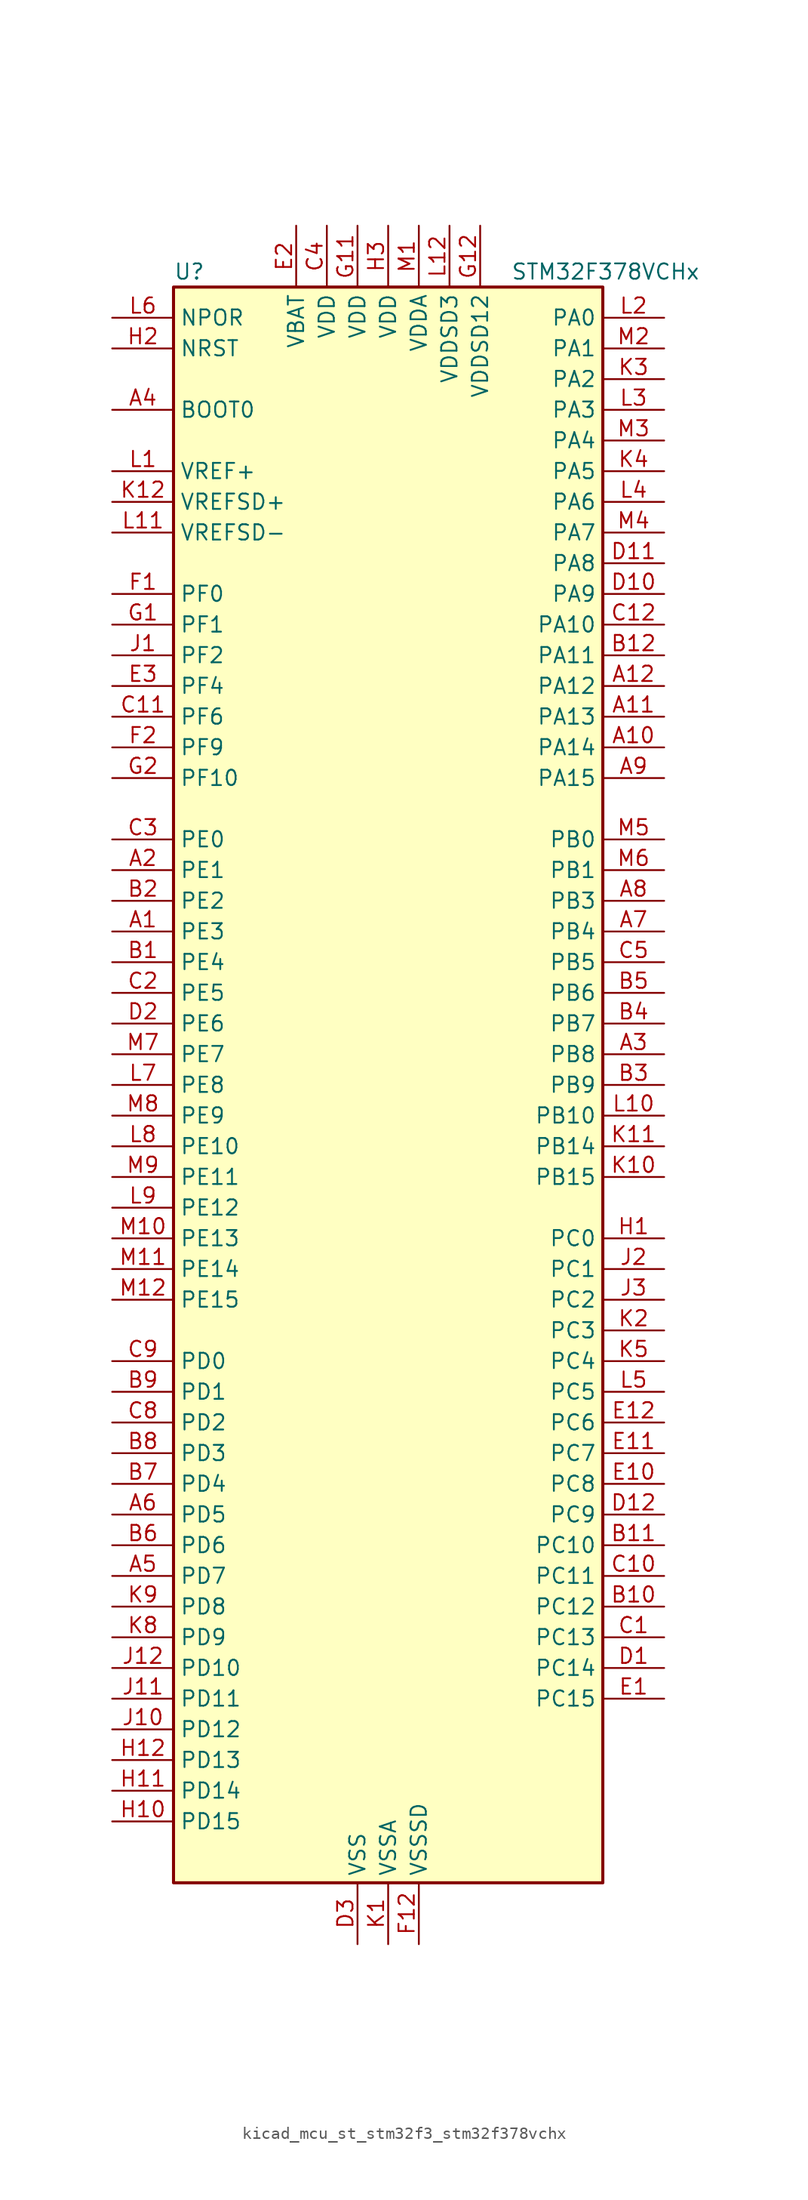
<source format=kicad_sym>
(kicad_symbol_lib
  (version 20220914)
  (generator kicad_symbol_editor)
  (symbol "kicad_mcu_st_stm32f3_stm32f378vchx"
    (property "Reference" "U"
      (at -17.78 67.31 0)
      (effects (font (size 1.27 1.27)) (justify left)))
    (property "Value" "STM32F378VCHx"
      (at 10.16 67.31 0)
      (effects (font (size 1.27 1.27)) (justify left)))
    (property "ki_locked" ""
      (at 0 0 0)
      (effects (font (size 1.27 1.27))))
    (symbol "kicad_mcu_st_stm32f3_stm32f378vchx_0_1"
      (rectangle (start -17.78 -66.04) (end 17.78 66.04) (stroke (width 0.254) (type default)) (fill (type background))))
    (symbol "kicad_mcu_st_stm32f3_stm32f378vchx_1_1"
      (pin bidirectional line (at -22.86 12.7 0) (length 5.08) (name "PE3" (effects (font (size 1.27 1.27)))) (number "A1" (effects (font (size 1.27 1.27)))) (alternate "SYS_TRACED0" bidirectional line) (alternate "TSC_G7_IO2" bidirectional line))
      (pin bidirectional line (at 22.86 27.94 180) (length 5.08) (name "PA14" (effects (font (size 1.27 1.27)))) (number "A10" (effects (font (size 1.27 1.27)))) (alternate "I2C1_SDA" bidirectional line) (alternate "SYS_JTCK-SWCLK" bidirectional line) (alternate "TIM12_CH1" bidirectional line) (alternate "TSC_G4_IO4" bidirectional line))
      (pin bidirectional line (at 22.86 30.48 180) (length 5.08) (name "PA13" (effects (font (size 1.27 1.27)))) (number "A11" (effects (font (size 1.27 1.27)))) (alternate "I2S1_MCK" bidirectional line) (alternate "IR_OUT" bidirectional line) (alternate "SPI1_MISO" bidirectional line) (alternate "SYS_JTMS-SWDIO" bidirectional line) (alternate "TIM16_CH1N" bidirectional line) (alternate "TIM4_CH3" bidirectional line) (alternate "TIM5_CH4" bidirectional line) (alternate "TSC_G4_IO3" bidirectional line) (alternate "USART3_CTS" bidirectional line))
      (pin bidirectional line (at 22.86 33.02 180) (length 5.08) (name "PA12" (effects (font (size 1.27 1.27)))) (number "A12" (effects (font (size 1.27 1.27)))) (alternate "CAN_TX" bidirectional line) (alternate "COMP2_OUT" bidirectional line) (alternate "I2S1_CK" bidirectional line) (alternate "SPI1_SCK" bidirectional line) (alternate "TIM16_CH1" bidirectional line) (alternate "TIM4_CH2" bidirectional line) (alternate "TIM5_CH3" bidirectional line) (alternate "USART1_DE" bidirectional line) (alternate "USART1_RTS" bidirectional line))
      (pin bidirectional line (at -22.86 17.78 0) (length 5.08) (name "PE1" (effects (font (size 1.27 1.27)))) (number "A2" (effects (font (size 1.27 1.27)))) (alternate "USART1_RX" bidirectional line))
      (pin bidirectional line (at 22.86 2.54 180) (length 5.08) (name "PB8" (effects (font (size 1.27 1.27)))) (number "A3" (effects (font (size 1.27 1.27)))) (alternate "CAN_RX" bidirectional line) (alternate "CEC" bidirectional line) (alternate "COMP1_OUT" bidirectional line) (alternate "I2C1_SCL" bidirectional line) (alternate "I2S2_CK" bidirectional line) (alternate "SPI2_SCK" bidirectional line) (alternate "TIM16_CH1" bidirectional line) (alternate "TIM19_CH3" bidirectional line) (alternate "TIM4_CH3" bidirectional line) (alternate "TSC_SYNC" bidirectional line) (alternate "USART3_TX" bidirectional line))
      (pin input line (at -22.86 55.88 0) (length 5.08) (name "BOOT0" (effects (font (size 1.27 1.27)))) (number "A4" (effects (font (size 1.27 1.27)))))
      (pin bidirectional line (at -22.86 -40.64 0) (length 5.08) (name "PD7" (effects (font (size 1.27 1.27)))) (number "A5" (effects (font (size 1.27 1.27)))) (alternate "I2S2_CK" bidirectional line) (alternate "SPI2_SCK" bidirectional line) (alternate "USART2_CK" bidirectional line))
      (pin bidirectional line (at -22.86 -35.56 0) (length 5.08) (name "PD5" (effects (font (size 1.27 1.27)))) (number "A6" (effects (font (size 1.27 1.27)))) (alternate "USART2_TX" bidirectional line))
      (pin bidirectional line (at 22.86 12.7 180) (length 5.08) (name "PB4" (effects (font (size 1.27 1.27)))) (number "A7" (effects (font (size 1.27 1.27)))) (alternate "I2S1_MCK" bidirectional line) (alternate "I2S3_MCK" bidirectional line) (alternate "SPI1_MISO" bidirectional line) (alternate "SPI3_MISO" bidirectional line) (alternate "SYS_NJTRST" bidirectional line) (alternate "TIM15_CH1N" bidirectional line) (alternate "TIM16_CH1" bidirectional line) (alternate "TIM17_BKIN" bidirectional line) (alternate "TIM3_CH1" bidirectional line) (alternate "TSC_G5_IO2" bidirectional line) (alternate "USART2_RX" bidirectional line))
      (pin bidirectional line (at 22.86 15.24 180) (length 5.08) (name "PB3" (effects (font (size 1.27 1.27)))) (number "A8" (effects (font (size 1.27 1.27)))) (alternate "I2S1_CK" bidirectional line) (alternate "I2S3_CK" bidirectional line) (alternate "SPI1_SCK" bidirectional line) (alternate "SPI3_SCK" bidirectional line) (alternate "SYS_JTDO-TRACESWO" bidirectional line) (alternate "TIM13_CH1" bidirectional line) (alternate "TIM2_CH2" bidirectional line) (alternate "TIM3_ETR" bidirectional line) (alternate "TIM4_ETR" bidirectional line) (alternate "TSC_G5_IO1" bidirectional line) (alternate "USART2_TX" bidirectional line))
      (pin bidirectional line (at 22.86 25.4 180) (length 5.08) (name "PA15" (effects (font (size 1.27 1.27)))) (number "A9" (effects (font (size 1.27 1.27)))) (alternate "ADC1_EXTI15" bidirectional line) (alternate "I2C1_SCL" bidirectional line) (alternate "I2S1_WS" bidirectional line) (alternate "I2S3_WS" bidirectional line) (alternate "SDADC1_EXTI15" bidirectional line) (alternate "SDADC2_EXTI15" bidirectional line) (alternate "SDADC3_EXTI15" bidirectional line) (alternate "SPI1_NSS" bidirectional line) (alternate "SPI3_NSS" bidirectional line) (alternate "SYS_JTDI" bidirectional line) (alternate "TIM12_CH2" bidirectional line) (alternate "TIM2_CH1" bidirectional line) (alternate "TIM2_ETR" bidirectional line) (alternate "TSC_SYNC" bidirectional line))
      (pin bidirectional line (at -22.86 10.16 0) (length 5.08) (name "PE4" (effects (font (size 1.27 1.27)))) (number "B1" (effects (font (size 1.27 1.27)))) (alternate "SYS_TRACED1" bidirectional line) (alternate "TSC_G7_IO3" bidirectional line))
      (pin bidirectional line (at 22.86 -43.18 180) (length 5.08) (name "PC12" (effects (font (size 1.27 1.27)))) (number "B10" (effects (font (size 1.27 1.27)))) (alternate "I2S3_SD" bidirectional line) (alternate "SPI3_MOSI" bidirectional line) (alternate "TIM19_CH3" bidirectional line) (alternate "USART3_CK" bidirectional line))
      (pin bidirectional line (at 22.86 -38.1 180) (length 5.08) (name "PC10" (effects (font (size 1.27 1.27)))) (number "B11" (effects (font (size 1.27 1.27)))) (alternate "I2S3_CK" bidirectional line) (alternate "SPI3_SCK" bidirectional line) (alternate "TIM19_CH1" bidirectional line) (alternate "USART3_TX" bidirectional line))
      (pin bidirectional line (at 22.86 35.56 180) (length 5.08) (name "PA11" (effects (font (size 1.27 1.27)))) (number "B12" (effects (font (size 1.27 1.27)))) (alternate "ADC1_EXTI11" bidirectional line) (alternate "CAN_RX" bidirectional line) (alternate "COMP1_OUT" bidirectional line) (alternate "I2S1_WS" bidirectional line) (alternate "I2S2_WS" bidirectional line) (alternate "SDADC1_EXTI11" bidirectional line) (alternate "SDADC2_EXTI11" bidirectional line) (alternate "SDADC3_EXTI11" bidirectional line) (alternate "SPI1_NSS" bidirectional line) (alternate "SPI2_NSS" bidirectional line) (alternate "TIM4_CH1" bidirectional line) (alternate "TIM5_CH2" bidirectional line) (alternate "USART1_CTS" bidirectional line))
      (pin bidirectional line (at -22.86 15.24 0) (length 5.08) (name "PE2" (effects (font (size 1.27 1.27)))) (number "B2" (effects (font (size 1.27 1.27)))) (alternate "SYS_TRACECK" bidirectional line) (alternate "TSC_G7_IO1" bidirectional line))
      (pin bidirectional line (at 22.86 0 180) (length 5.08) (name "PB9" (effects (font (size 1.27 1.27)))) (number "B3" (effects (font (size 1.27 1.27)))) (alternate "CAN_TX" bidirectional line) (alternate "COMP2_OUT" bidirectional line) (alternate "DAC1_EXTI9" bidirectional line) (alternate "DAC2_EXTI9" bidirectional line) (alternate "I2C1_SDA" bidirectional line) (alternate "I2S2_WS" bidirectional line) (alternate "IR_OUT" bidirectional line) (alternate "SPI2_NSS" bidirectional line) (alternate "TIM17_CH1" bidirectional line) (alternate "TIM19_CH4" bidirectional line) (alternate "TIM4_CH4" bidirectional line) (alternate "USART3_RX" bidirectional line))
      (pin bidirectional line (at 22.86 5.08 180) (length 5.08) (name "PB7" (effects (font (size 1.27 1.27)))) (number "B4" (effects (font (size 1.27 1.27)))) (alternate "I2C1_SDA" bidirectional line) (alternate "TIM15_CH2" bidirectional line) (alternate "TIM17_CH1N" bidirectional line) (alternate "TIM19_CH2" bidirectional line) (alternate "TIM3_CH4" bidirectional line) (alternate "TIM4_CH2" bidirectional line) (alternate "TSC_G5_IO4" bidirectional line) (alternate "USART1_RX" bidirectional line))
      (pin bidirectional line (at 22.86 7.62 180) (length 5.08) (name "PB6" (effects (font (size 1.27 1.27)))) (number "B5" (effects (font (size 1.27 1.27)))) (alternate "I2C1_SCL" bidirectional line) (alternate "TIM15_CH1" bidirectional line) (alternate "TIM16_CH1N" bidirectional line) (alternate "TIM19_CH1" bidirectional line) (alternate "TIM3_CH3" bidirectional line) (alternate "TIM4_CH1" bidirectional line) (alternate "TSC_G5_IO3" bidirectional line) (alternate "USART1_TX" bidirectional line))
      (pin bidirectional line (at -22.86 -38.1 0) (length 5.08) (name "PD6" (effects (font (size 1.27 1.27)))) (number "B6" (effects (font (size 1.27 1.27)))) (alternate "I2S2_WS" bidirectional line) (alternate "SPI2_NSS" bidirectional line) (alternate "USART2_RX" bidirectional line))
      (pin bidirectional line (at -22.86 -33.02 0) (length 5.08) (name "PD4" (effects (font (size 1.27 1.27)))) (number "B7" (effects (font (size 1.27 1.27)))) (alternate "I2S2_SD" bidirectional line) (alternate "SPI2_MOSI" bidirectional line) (alternate "USART2_DE" bidirectional line) (alternate "USART2_RTS" bidirectional line))
      (pin bidirectional line (at -22.86 -30.48 0) (length 5.08) (name "PD3" (effects (font (size 1.27 1.27)))) (number "B8" (effects (font (size 1.27 1.27)))) (alternate "I2S2_MCK" bidirectional line) (alternate "SPI2_MISO" bidirectional line) (alternate "USART2_CTS" bidirectional line))
      (pin bidirectional line (at -22.86 -25.4 0) (length 5.08) (name "PD1" (effects (font (size 1.27 1.27)))) (number "B9" (effects (font (size 1.27 1.27)))) (alternate "CAN_TX" bidirectional line) (alternate "TIM19_ETR" bidirectional line))
      (pin bidirectional line (at 22.86 -45.72 180) (length 5.08) (name "PC13" (effects (font (size 1.27 1.27)))) (number "C1" (effects (font (size 1.27 1.27)))) (alternate "RTC_OUT_ALARM" bidirectional line) (alternate "RTC_OUT_CALIB" bidirectional line) (alternate "RTC_TAMP1" bidirectional line) (alternate "RTC_TS" bidirectional line) (alternate "SYS_WKUP2" bidirectional line))
      (pin bidirectional line (at 22.86 -40.64 180) (length 5.08) (name "PC11" (effects (font (size 1.27 1.27)))) (number "C10" (effects (font (size 1.27 1.27)))) (alternate "ADC1_EXTI11" bidirectional line) (alternate "I2S3_MCK" bidirectional line) (alternate "SDADC1_EXTI11" bidirectional line) (alternate "SDADC2_EXTI11" bidirectional line) (alternate "SDADC3_EXTI11" bidirectional line) (alternate "SPI3_MISO" bidirectional line) (alternate "TIM19_CH2" bidirectional line) (alternate "USART3_RX" bidirectional line))
      (pin bidirectional line (at -22.86 30.48 0) (length 5.08) (name "PF6" (effects (font (size 1.27 1.27)))) (number "C11" (effects (font (size 1.27 1.27)))) (alternate "I2C2_SCL" bidirectional line) (alternate "I2S1_SD" bidirectional line) (alternate "SPI1_MOSI" bidirectional line) (alternate "TIM4_CH4" bidirectional line) (alternate "USART3_DE" bidirectional line) (alternate "USART3_RTS" bidirectional line))
      (pin bidirectional line (at 22.86 38.1 180) (length 5.08) (name "PA10" (effects (font (size 1.27 1.27)))) (number "C12" (effects (font (size 1.27 1.27)))) (alternate "I2C2_SDA" bidirectional line) (alternate "I2S2_SD" bidirectional line) (alternate "SPI2_MOSI" bidirectional line) (alternate "TIM14_CH1" bidirectional line) (alternate "TIM17_BKIN" bidirectional line) (alternate "TIM2_CH4" bidirectional line) (alternate "TSC_G4_IO2" bidirectional line) (alternate "USART1_RX" bidirectional line))
      (pin bidirectional line (at -22.86 7.62 0) (length 5.08) (name "PE5" (effects (font (size 1.27 1.27)))) (number "C2" (effects (font (size 1.27 1.27)))) (alternate "SYS_TRACED2" bidirectional line) (alternate "TSC_G7_IO4" bidirectional line))
      (pin bidirectional line (at -22.86 20.32 0) (length 5.08) (name "PE0" (effects (font (size 1.27 1.27)))) (number "C3" (effects (font (size 1.27 1.27)))) (alternate "TIM4_ETR" bidirectional line) (alternate "USART1_TX" bidirectional line))
      (pin power_in line (at -5.08 71.12 270) (length 5.08) (name "VDD" (effects (font (size 1.27 1.27)))) (number "C4" (effects (font (size 1.27 1.27)))))
      (pin bidirectional line (at 22.86 10.16 180) (length 5.08) (name "PB5" (effects (font (size 1.27 1.27)))) (number "C5" (effects (font (size 1.27 1.27)))) (alternate "I2C1_SMBA" bidirectional line) (alternate "I2S1_SD" bidirectional line) (alternate "I2S3_SD" bidirectional line) (alternate "SPI1_MOSI" bidirectional line) (alternate "SPI3_MOSI" bidirectional line) (alternate "TIM16_BKIN" bidirectional line) (alternate "TIM17_CH1" bidirectional line) (alternate "TIM19_ETR" bidirectional line) (alternate "TIM3_CH2" bidirectional line) (alternate "USART2_CK" bidirectional line))
      (pin bidirectional line (at -22.86 -27.94 0) (length 5.08) (name "PD2" (effects (font (size 1.27 1.27)))) (number "C8" (effects (font (size 1.27 1.27)))) (alternate "TIM3_ETR" bidirectional line))
      (pin bidirectional line (at -22.86 -22.86 0) (length 5.08) (name "PD0" (effects (font (size 1.27 1.27)))) (number "C9" (effects (font (size 1.27 1.27)))) (alternate "CAN_RX" bidirectional line) (alternate "TIM19_CH4" bidirectional line))
      (pin bidirectional line (at 22.86 -48.26 180) (length 5.08) (name "PC14" (effects (font (size 1.27 1.27)))) (number "D1" (effects (font (size 1.27 1.27)))) (alternate "RCC_OSC32_IN" bidirectional line))
      (pin bidirectional line (at 22.86 40.64 180) (length 5.08) (name "PA9" (effects (font (size 1.27 1.27)))) (number "D10" (effects (font (size 1.27 1.27)))) (alternate "DAC1_EXTI9" bidirectional line) (alternate "DAC2_EXTI9" bidirectional line) (alternate "I2C2_SCL" bidirectional line) (alternate "I2S2_MCK" bidirectional line) (alternate "SPI2_MISO" bidirectional line) (alternate "TIM13_CH1" bidirectional line) (alternate "TIM15_BKIN" bidirectional line) (alternate "TIM2_CH3" bidirectional line) (alternate "TSC_G4_IO1" bidirectional line) (alternate "USART1_TX" bidirectional line))
      (pin bidirectional line (at 22.86 43.18 180) (length 5.08) (name "PA8" (effects (font (size 1.27 1.27)))) (number "D11" (effects (font (size 1.27 1.27)))) (alternate "I2C2_SMBA" bidirectional line) (alternate "I2S2_CK" bidirectional line) (alternate "RCC_MCO" bidirectional line) (alternate "SPI2_SCK" bidirectional line) (alternate "TIM4_ETR" bidirectional line) (alternate "TIM5_CH1" bidirectional line) (alternate "TIM5_ETR" bidirectional line) (alternate "USART1_CK" bidirectional line))
      (pin bidirectional line (at 22.86 -35.56 180) (length 5.08) (name "PC9" (effects (font (size 1.27 1.27)))) (number "D12" (effects (font (size 1.27 1.27)))) (alternate "DAC1_EXTI9" bidirectional line) (alternate "DAC2_EXTI9" bidirectional line) (alternate "I2S1_SD" bidirectional line) (alternate "SPI1_MOSI" bidirectional line) (alternate "TIM3_CH4" bidirectional line))
      (pin bidirectional line (at -22.86 5.08 0) (length 5.08) (name "PE6" (effects (font (size 1.27 1.27)))) (number "D2" (effects (font (size 1.27 1.27)))) (alternate "RTC_TAMP3" bidirectional line) (alternate "SYS_TRACED3" bidirectional line) (alternate "SYS_WKUP3" bidirectional line))
      (pin power_in line (at -2.54 -71.12 90) (length 5.08) (name "VSS" (effects (font (size 1.27 1.27)))) (number "D3" (effects (font (size 1.27 1.27)))))
      (pin bidirectional line (at 22.86 -50.8 180) (length 5.08) (name "PC15" (effects (font (size 1.27 1.27)))) (number "E1" (effects (font (size 1.27 1.27)))) (alternate "ADC1_EXTI15" bidirectional line) (alternate "RCC_OSC32_OUT" bidirectional line) (alternate "SDADC1_EXTI15" bidirectional line) (alternate "SDADC2_EXTI15" bidirectional line) (alternate "SDADC3_EXTI15" bidirectional line))
      (pin bidirectional line (at 22.86 -33.02 180) (length 5.08) (name "PC8" (effects (font (size 1.27 1.27)))) (number "E10" (effects (font (size 1.27 1.27)))) (alternate "I2S1_MCK" bidirectional line) (alternate "SPI1_MISO" bidirectional line) (alternate "TIM3_CH3" bidirectional line))
      (pin bidirectional line (at 22.86 -30.48 180) (length 5.08) (name "PC7" (effects (font (size 1.27 1.27)))) (number "E11" (effects (font (size 1.27 1.27)))) (alternate "I2S1_CK" bidirectional line) (alternate "SPI1_SCK" bidirectional line) (alternate "TIM3_CH2" bidirectional line))
      (pin bidirectional line (at 22.86 -27.94 180) (length 5.08) (name "PC6" (effects (font (size 1.27 1.27)))) (number "E12" (effects (font (size 1.27 1.27)))) (alternate "I2S1_WS" bidirectional line) (alternate "SPI1_NSS" bidirectional line) (alternate "TIM3_CH1" bidirectional line))
      (pin power_in line (at -7.62 71.12 270) (length 5.08) (name "VBAT" (effects (font (size 1.27 1.27)))) (number "E2" (effects (font (size 1.27 1.27)))))
      (pin bidirectional line (at -22.86 33.02 0) (length 5.08) (name "PF4" (effects (font (size 1.27 1.27)))) (number "E3" (effects (font (size 1.27 1.27)))))
      (pin bidirectional line (at -22.86 40.64 0) (length 5.08) (name "PF0" (effects (font (size 1.27 1.27)))) (number "F1" (effects (font (size 1.27 1.27)))) (alternate "I2C2_SDA" bidirectional line) (alternate "RCC_OSC_IN" bidirectional line))
      (pin passive line (at -2.54 -71.12 90) (length 5.08) hide (name "VSS" (effects (font (size 1.27 1.27)))) (number "F11" (effects (font (size 1.27 1.27)))))
      (pin power_in line (at 2.54 -71.12 90) (length 5.08) (name "VSSSD" (effects (font (size 1.27 1.27)))) (number "F12" (effects (font (size 1.27 1.27)))))
      (pin bidirectional line (at -22.86 27.94 0) (length 5.08) (name "PF9" (effects (font (size 1.27 1.27)))) (number "F2" (effects (font (size 1.27 1.27)))) (alternate "DAC1_EXTI9" bidirectional line) (alternate "DAC2_EXTI9" bidirectional line) (alternate "TIM14_CH1" bidirectional line))
      (pin bidirectional line (at -22.86 38.1 0) (length 5.08) (name "PF1" (effects (font (size 1.27 1.27)))) (number "G1" (effects (font (size 1.27 1.27)))) (alternate "I2C2_SCL" bidirectional line) (alternate "RCC_OSC_OUT" bidirectional line))
      (pin power_in line (at -2.54 71.12 270) (length 5.08) (name "VDD" (effects (font (size 1.27 1.27)))) (number "G11" (effects (font (size 1.27 1.27)))))
      (pin power_in line (at 7.62 71.12 270) (length 5.08) (name "VDDSD12" (effects (font (size 1.27 1.27)))) (number "G12" (effects (font (size 1.27 1.27)))))
      (pin bidirectional line (at -22.86 25.4 0) (length 5.08) (name "PF10" (effects (font (size 1.27 1.27)))) (number "G2" (effects (font (size 1.27 1.27)))))
      (pin bidirectional line (at 22.86 -12.7 180) (length 5.08) (name "PC0" (effects (font (size 1.27 1.27)))) (number "H1" (effects (font (size 1.27 1.27)))) (alternate "ADC1_IN10" bidirectional line) (alternate "TIM5_CH1" bidirectional line) (alternate "TIM5_ETR" bidirectional line))
      (pin bidirectional line (at -22.86 -60.96 0) (length 5.08) (name "PD15" (effects (font (size 1.27 1.27)))) (number "H10" (effects (font (size 1.27 1.27)))) (alternate "ADC1_EXTI15" bidirectional line) (alternate "SDADC1_EXTI15" bidirectional line) (alternate "SDADC2_EXTI15" bidirectional line) (alternate "SDADC3_AIN0M" bidirectional line) (alternate "SDADC3_EXTI15" bidirectional line) (alternate "TIM4_CH4" bidirectional line) (alternate "TSC_G8_IO4" bidirectional line))
      (pin bidirectional line (at -22.86 -58.42 0) (length 5.08) (name "PD14" (effects (font (size 1.27 1.27)))) (number "H11" (effects (font (size 1.27 1.27)))) (alternate "SDADC3_AIN0P" bidirectional line) (alternate "TIM4_CH3" bidirectional line) (alternate "TSC_G8_IO3" bidirectional line))
      (pin bidirectional line (at -22.86 -55.88 0) (length 5.08) (name "PD13" (effects (font (size 1.27 1.27)))) (number "H12" (effects (font (size 1.27 1.27)))) (alternate "SDADC3_AIN1P" bidirectional line) (alternate "SDADC3_AIN2M" bidirectional line) (alternate "TIM4_CH2" bidirectional line) (alternate "TSC_G8_IO2" bidirectional line))
      (pin input line (at -22.86 60.96 0) (length 5.08) (name "NRST" (effects (font (size 1.27 1.27)))) (number "H2" (effects (font (size 1.27 1.27)))))
      (pin power_in line (at 0 71.12 270) (length 5.08) (name "VDD" (effects (font (size 1.27 1.27)))) (number "H3" (effects (font (size 1.27 1.27)))))
      (pin bidirectional line (at -22.86 35.56 0) (length 5.08) (name "PF2" (effects (font (size 1.27 1.27)))) (number "J1" (effects (font (size 1.27 1.27)))) (alternate "I2C2_SMBA" bidirectional line))
      (pin bidirectional line (at -22.86 -53.34 0) (length 5.08) (name "PD12" (effects (font (size 1.27 1.27)))) (number "J10" (effects (font (size 1.27 1.27)))) (alternate "SDADC3_AIN2P" bidirectional line) (alternate "TIM4_CH1" bidirectional line) (alternate "TSC_G8_IO1" bidirectional line) (alternate "USART3_DE" bidirectional line) (alternate "USART3_RTS" bidirectional line))
      (pin bidirectional line (at -22.86 -50.8 0) (length 5.08) (name "PD11" (effects (font (size 1.27 1.27)))) (number "J11" (effects (font (size 1.27 1.27)))) (alternate "ADC1_EXTI11" bidirectional line) (alternate "SDADC1_EXTI11" bidirectional line) (alternate "SDADC2_EXTI11" bidirectional line) (alternate "SDADC3_AIN3P" bidirectional line) (alternate "SDADC3_AIN4M" bidirectional line) (alternate "SDADC3_EXTI11" bidirectional line) (alternate "USART3_CTS" bidirectional line))
      (pin bidirectional line (at -22.86 -48.26 0) (length 5.08) (name "PD10" (effects (font (size 1.27 1.27)))) (number "J12" (effects (font (size 1.27 1.27)))) (alternate "SDADC3_AIN4P" bidirectional line) (alternate "USART3_CK" bidirectional line))
      (pin bidirectional line (at 22.86 -15.24 180) (length 5.08) (name "PC1" (effects (font (size 1.27 1.27)))) (number "J2" (effects (font (size 1.27 1.27)))) (alternate "ADC1_IN11" bidirectional line) (alternate "TIM5_CH2" bidirectional line))
      (pin bidirectional line (at 22.86 -17.78 180) (length 5.08) (name "PC2" (effects (font (size 1.27 1.27)))) (number "J3" (effects (font (size 1.27 1.27)))) (alternate "ADC1_IN12" bidirectional line) (alternate "I2S2_MCK" bidirectional line) (alternate "SPI2_MISO" bidirectional line) (alternate "TIM5_CH3" bidirectional line))
      (pin power_in line (at 0 -71.12 90) (length 5.08) (name "VSSA" (effects (font (size 1.27 1.27)))) (number "K1" (effects (font (size 1.27 1.27)))))
      (pin bidirectional line (at 22.86 -7.62 180) (length 5.08) (name "PB15" (effects (font (size 1.27 1.27)))) (number "K10" (effects (font (size 1.27 1.27)))) (alternate "ADC1_EXTI15" bidirectional line) (alternate "I2S2_SD" bidirectional line) (alternate "RTC_REFIN" bidirectional line) (alternate "SDADC1_EXTI15" bidirectional line) (alternate "SDADC2_EXTI15" bidirectional line) (alternate "SDADC3_AIN7P" bidirectional line) (alternate "SDADC3_AIN8M" bidirectional line) (alternate "SDADC3_EXTI15" bidirectional line) (alternate "SPI2_MOSI" bidirectional line) (alternate "TIM12_CH2" bidirectional line) (alternate "TIM15_CH1N" bidirectional line) (alternate "TIM15_CH2" bidirectional line) (alternate "TSC_G6_IO2" bidirectional line))
      (pin bidirectional line (at 22.86 -5.08 180) (length 5.08) (name "PB14" (effects (font (size 1.27 1.27)))) (number "K11" (effects (font (size 1.27 1.27)))) (alternate "I2S2_MCK" bidirectional line) (alternate "SDADC3_AIN8P" bidirectional line) (alternate "SPI2_MISO" bidirectional line) (alternate "TIM12_CH1" bidirectional line) (alternate "TIM15_CH1" bidirectional line) (alternate "TSC_G6_IO1" bidirectional line) (alternate "USART3_DE" bidirectional line) (alternate "USART3_RTS" bidirectional line))
      (pin input line (at -22.86 48.26 0) (length 5.08) (name "VREFSD+" (effects (font (size 1.27 1.27)))) (number "K12" (effects (font (size 1.27 1.27)))))
      (pin bidirectional line (at 22.86 -20.32 180) (length 5.08) (name "PC3" (effects (font (size 1.27 1.27)))) (number "K2" (effects (font (size 1.27 1.27)))) (alternate "ADC1_IN13" bidirectional line) (alternate "I2S2_SD" bidirectional line) (alternate "SPI2_MOSI" bidirectional line) (alternate "TIM5_CH4" bidirectional line))
      (pin bidirectional line (at 22.86 58.42 180) (length 5.08) (name "PA2" (effects (font (size 1.27 1.27)))) (number "K3" (effects (font (size 1.27 1.27)))) (alternate "ADC1_IN2" bidirectional line) (alternate "COMP2_INM" bidirectional line) (alternate "COMP2_OUT" bidirectional line) (alternate "I2S3_MCK" bidirectional line) (alternate "SPI3_MISO" bidirectional line) (alternate "TIM15_CH1" bidirectional line) (alternate "TIM19_CH3" bidirectional line) (alternate "TIM2_CH3" bidirectional line) (alternate "TIM5_CH3" bidirectional line) (alternate "TSC_G1_IO3" bidirectional line) (alternate "USART2_TX" bidirectional line))
      (pin bidirectional line (at 22.86 50.8 180) (length 5.08) (name "PA5" (effects (font (size 1.27 1.27)))) (number "K4" (effects (font (size 1.27 1.27)))) (alternate "ADC1_IN5" bidirectional line) (alternate "CEC" bidirectional line) (alternate "DAC1_OUT2" bidirectional line) (alternate "I2S1_CK" bidirectional line) (alternate "SPI1_SCK" bidirectional line) (alternate "TIM12_CH2" bidirectional line) (alternate "TIM14_CH1" bidirectional line) (alternate "TIM2_CH1" bidirectional line) (alternate "TIM2_ETR" bidirectional line) (alternate "TSC_G2_IO2" bidirectional line))
      (pin bidirectional line (at 22.86 -22.86 180) (length 5.08) (name "PC4" (effects (font (size 1.27 1.27)))) (number "K5" (effects (font (size 1.27 1.27)))) (alternate "ADC1_IN14" bidirectional line) (alternate "TIM13_CH1" bidirectional line) (alternate "TSC_G3_IO1" bidirectional line) (alternate "USART1_TX" bidirectional line))
      (pin bidirectional line (at -22.86 -45.72 0) (length 5.08) (name "PD9" (effects (font (size 1.27 1.27)))) (number "K8" (effects (font (size 1.27 1.27)))) (alternate "DAC1_EXTI9" bidirectional line) (alternate "DAC2_EXTI9" bidirectional line) (alternate "SDADC3_AIN5P" bidirectional line) (alternate "SDADC3_AIN6M" bidirectional line) (alternate "TSC_G6_IO4" bidirectional line) (alternate "USART3_RX" bidirectional line))
      (pin bidirectional line (at -22.86 -43.18 0) (length 5.08) (name "PD8" (effects (font (size 1.27 1.27)))) (number "K9" (effects (font (size 1.27 1.27)))) (alternate "I2S2_CK" bidirectional line) (alternate "SDADC3_AIN6P" bidirectional line) (alternate "SPI2_SCK" bidirectional line) (alternate "TSC_G6_IO3" bidirectional line) (alternate "USART3_TX" bidirectional line))
      (pin input line (at -22.86 50.8 0) (length 5.08) (name "VREF+" (effects (font (size 1.27 1.27)))) (number "L1" (effects (font (size 1.27 1.27)))))
      (pin bidirectional line (at 22.86 -2.54 180) (length 5.08) (name "PB10" (effects (font (size 1.27 1.27)))) (number "L10" (effects (font (size 1.27 1.27)))) (alternate "CEC" bidirectional line) (alternate "I2S2_CK" bidirectional line) (alternate "SDADC2_AIN0M" bidirectional line) (alternate "SPI2_SCK" bidirectional line) (alternate "TIM2_CH3" bidirectional line) (alternate "TSC_SYNC" bidirectional line) (alternate "USART3_TX" bidirectional line))
      (pin input line (at -22.86 45.72 0) (length 5.08) (name "VREFSD-" (effects (font (size 1.27 1.27)))) (number "L11" (effects (font (size 1.27 1.27)))))
      (pin power_in line (at 5.08 71.12 270) (length 5.08) (name "VDDSD3" (effects (font (size 1.27 1.27)))) (number "L12" (effects (font (size 1.27 1.27)))))
      (pin bidirectional line (at 22.86 63.5 180) (length 5.08) (name "PA0" (effects (font (size 1.27 1.27)))) (number "L2" (effects (font (size 1.27 1.27)))) (alternate "ADC1_IN0" bidirectional line) (alternate "COMP1_INM" bidirectional line) (alternate "COMP1_OUT" bidirectional line) (alternate "RTC_TAMP2" bidirectional line) (alternate "SYS_WKUP1" bidirectional line) (alternate "TIM19_CH1" bidirectional line) (alternate "TIM2_CH1" bidirectional line) (alternate "TIM2_ETR" bidirectional line) (alternate "TIM5_CH1" bidirectional line) (alternate "TIM5_ETR" bidirectional line) (alternate "TSC_G1_IO1" bidirectional line) (alternate "USART2_CTS" bidirectional line))
      (pin bidirectional line (at 22.86 55.88 180) (length 5.08) (name "PA3" (effects (font (size 1.27 1.27)))) (number "L3" (effects (font (size 1.27 1.27)))) (alternate "ADC1_IN3" bidirectional line) (alternate "COMP2_INP" bidirectional line) (alternate "I2S3_SD" bidirectional line) (alternate "SPI3_MOSI" bidirectional line) (alternate "TIM15_CH2" bidirectional line) (alternate "TIM19_CH4" bidirectional line) (alternate "TIM2_CH4" bidirectional line) (alternate "TIM5_CH4" bidirectional line) (alternate "TSC_G1_IO4" bidirectional line) (alternate "USART2_RX" bidirectional line))
      (pin bidirectional line (at 22.86 48.26 180) (length 5.08) (name "PA6" (effects (font (size 1.27 1.27)))) (number "L4" (effects (font (size 1.27 1.27)))) (alternate "ADC1_IN6" bidirectional line) (alternate "COMP1_OUT" bidirectional line) (alternate "DAC2_OUT1" bidirectional line) (alternate "I2S1_MCK" bidirectional line) (alternate "SPI1_MISO" bidirectional line) (alternate "TIM13_CH1" bidirectional line) (alternate "TIM16_CH1" bidirectional line) (alternate "TIM3_CH1" bidirectional line) (alternate "TSC_G2_IO3" bidirectional line))
      (pin bidirectional line (at 22.86 -25.4 180) (length 5.08) (name "PC5" (effects (font (size 1.27 1.27)))) (number "L5" (effects (font (size 1.27 1.27)))) (alternate "ADC1_IN15" bidirectional line) (alternate "TSC_G3_IO2" bidirectional line) (alternate "USART1_RX" bidirectional line))
      (pin input line (at -22.86 63.5 0) (length 5.08) (name "NPOR" (effects (font (size 1.27 1.27)))) (number "L6" (effects (font (size 1.27 1.27)))))
      (pin bidirectional line (at -22.86 0 0) (length 5.08) (name "PE8" (effects (font (size 1.27 1.27)))) (number "L7" (effects (font (size 1.27 1.27)))) (alternate "SDADC1_AIN8P" bidirectional line) (alternate "SDADC2_AIN8P" bidirectional line))
      (pin bidirectional line (at -22.86 -5.08 0) (length 5.08) (name "PE10" (effects (font (size 1.27 1.27)))) (number "L8" (effects (font (size 1.27 1.27)))) (alternate "SDADC1_AIN2P" bidirectional line))
      (pin bidirectional line (at -22.86 -10.16 0) (length 5.08) (name "PE12" (effects (font (size 1.27 1.27)))) (number "L9" (effects (font (size 1.27 1.27)))) (alternate "SDADC1_AIN0P" bidirectional line) (alternate "SDADC2_AIN3P" bidirectional line) (alternate "SDADC2_AIN4M" bidirectional line))
      (pin power_in line (at 2.54 71.12 270) (length 5.08) (name "VDDA" (effects (font (size 1.27 1.27)))) (number "M1" (effects (font (size 1.27 1.27)))))
      (pin bidirectional line (at -22.86 -12.7 0) (length 5.08) (name "PE13" (effects (font (size 1.27 1.27)))) (number "M10" (effects (font (size 1.27 1.27)))) (alternate "SDADC1_AIN0M" bidirectional line) (alternate "SDADC2_AIN2P" bidirectional line))
      (pin bidirectional line (at -22.86 -15.24 0) (length 5.08) (name "PE14" (effects (font (size 1.27 1.27)))) (number "M11" (effects (font (size 1.27 1.27)))) (alternate "SDADC2_AIN1P" bidirectional line) (alternate "SDADC2_AIN2M" bidirectional line))
      (pin bidirectional line (at -22.86 -17.78 0) (length 5.08) (name "PE15" (effects (font (size 1.27 1.27)))) (number "M12" (effects (font (size 1.27 1.27)))) (alternate "ADC1_EXTI15" bidirectional line) (alternate "SDADC1_EXTI15" bidirectional line) (alternate "SDADC2_AIN0P" bidirectional line) (alternate "SDADC2_EXTI15" bidirectional line) (alternate "SDADC3_EXTI15" bidirectional line) (alternate "USART3_RX" bidirectional line))
      (pin bidirectional line (at 22.86 60.96 180) (length 5.08) (name "PA1" (effects (font (size 1.27 1.27)))) (number "M2" (effects (font (size 1.27 1.27)))) (alternate "ADC1_IN1" bidirectional line) (alternate "COMP1_INP" bidirectional line) (alternate "I2S3_CK" bidirectional line) (alternate "RTC_REFIN" bidirectional line) (alternate "SPI3_SCK" bidirectional line) (alternate "TIM15_CH1N" bidirectional line) (alternate "TIM19_CH2" bidirectional line) (alternate "TIM2_CH2" bidirectional line) (alternate "TIM5_CH2" bidirectional line) (alternate "TSC_G1_IO2" bidirectional line) (alternate "USART2_DE" bidirectional line) (alternate "USART2_RTS" bidirectional line))
      (pin bidirectional line (at 22.86 53.34 180) (length 5.08) (name "PA4" (effects (font (size 1.27 1.27)))) (number "M3" (effects (font (size 1.27 1.27)))) (alternate "ADC1_IN4" bidirectional line) (alternate "DAC1_OUT1" bidirectional line) (alternate "I2S1_WS" bidirectional line) (alternate "I2S3_WS" bidirectional line) (alternate "SPI1_NSS" bidirectional line) (alternate "SPI3_NSS" bidirectional line) (alternate "TIM12_CH1" bidirectional line) (alternate "TIM3_CH2" bidirectional line) (alternate "TSC_G2_IO1" bidirectional line) (alternate "USART2_CK" bidirectional line))
      (pin bidirectional line (at 22.86 45.72 180) (length 5.08) (name "PA7" (effects (font (size 1.27 1.27)))) (number "M4" (effects (font (size 1.27 1.27)))) (alternate "ADC1_IN7" bidirectional line) (alternate "COMP2_OUT" bidirectional line) (alternate "I2S1_SD" bidirectional line) (alternate "SPI1_MOSI" bidirectional line) (alternate "TIM14_CH1" bidirectional line) (alternate "TIM17_CH1" bidirectional line) (alternate "TIM3_CH2" bidirectional line) (alternate "TSC_G2_IO4" bidirectional line))
      (pin bidirectional line (at 22.86 20.32 180) (length 5.08) (name "PB0" (effects (font (size 1.27 1.27)))) (number "M5" (effects (font (size 1.27 1.27)))) (alternate "ADC1_IN8" bidirectional line) (alternate "I2S1_SD" bidirectional line) (alternate "SDADC1_AIN6P" bidirectional line) (alternate "SPI1_MOSI" bidirectional line) (alternate "TIM3_CH2" bidirectional line) (alternate "TIM3_CH3" bidirectional line) (alternate "TSC_G3_IO3" bidirectional line))
      (pin bidirectional line (at 22.86 17.78 180) (length 5.08) (name "PB1" (effects (font (size 1.27 1.27)))) (number "M6" (effects (font (size 1.27 1.27)))) (alternate "ADC1_IN9" bidirectional line) (alternate "SDADC1_AIN5P" bidirectional line) (alternate "SDADC1_AIN6M" bidirectional line) (alternate "TIM3_CH4" bidirectional line) (alternate "TSC_G3_IO4" bidirectional line))
      (pin bidirectional line (at -22.86 2.54 0) (length 5.08) (name "PE7" (effects (font (size 1.27 1.27)))) (number "M7" (effects (font (size 1.27 1.27)))) (alternate "SDADC1_AIN3P" bidirectional line) (alternate "SDADC1_AIN4M" bidirectional line) (alternate "SDADC2_AIN5P" bidirectional line) (alternate "SDADC2_AIN6M" bidirectional line))
      (pin bidirectional line (at -22.86 -2.54 0) (length 5.08) (name "PE9" (effects (font (size 1.27 1.27)))) (number "M8" (effects (font (size 1.27 1.27)))) (alternate "DAC1_EXTI9" bidirectional line) (alternate "DAC2_EXTI9" bidirectional line) (alternate "SDADC1_AIN7P" bidirectional line) (alternate "SDADC1_AIN8M" bidirectional line) (alternate "SDADC2_AIN7P" bidirectional line) (alternate "SDADC2_AIN8M" bidirectional line))
      (pin bidirectional line (at -22.86 -7.62 0) (length 5.08) (name "PE11" (effects (font (size 1.27 1.27)))) (number "M9" (effects (font (size 1.27 1.27)))) (alternate "ADC1_EXTI11" bidirectional line) (alternate "SDADC1_AIN1P" bidirectional line) (alternate "SDADC1_AIN2M" bidirectional line) (alternate "SDADC1_EXTI11" bidirectional line) (alternate "SDADC2_AIN4P" bidirectional line) (alternate "SDADC2_EXTI11" bidirectional line) (alternate "SDADC3_EXTI11" bidirectional line)))))
</source>
